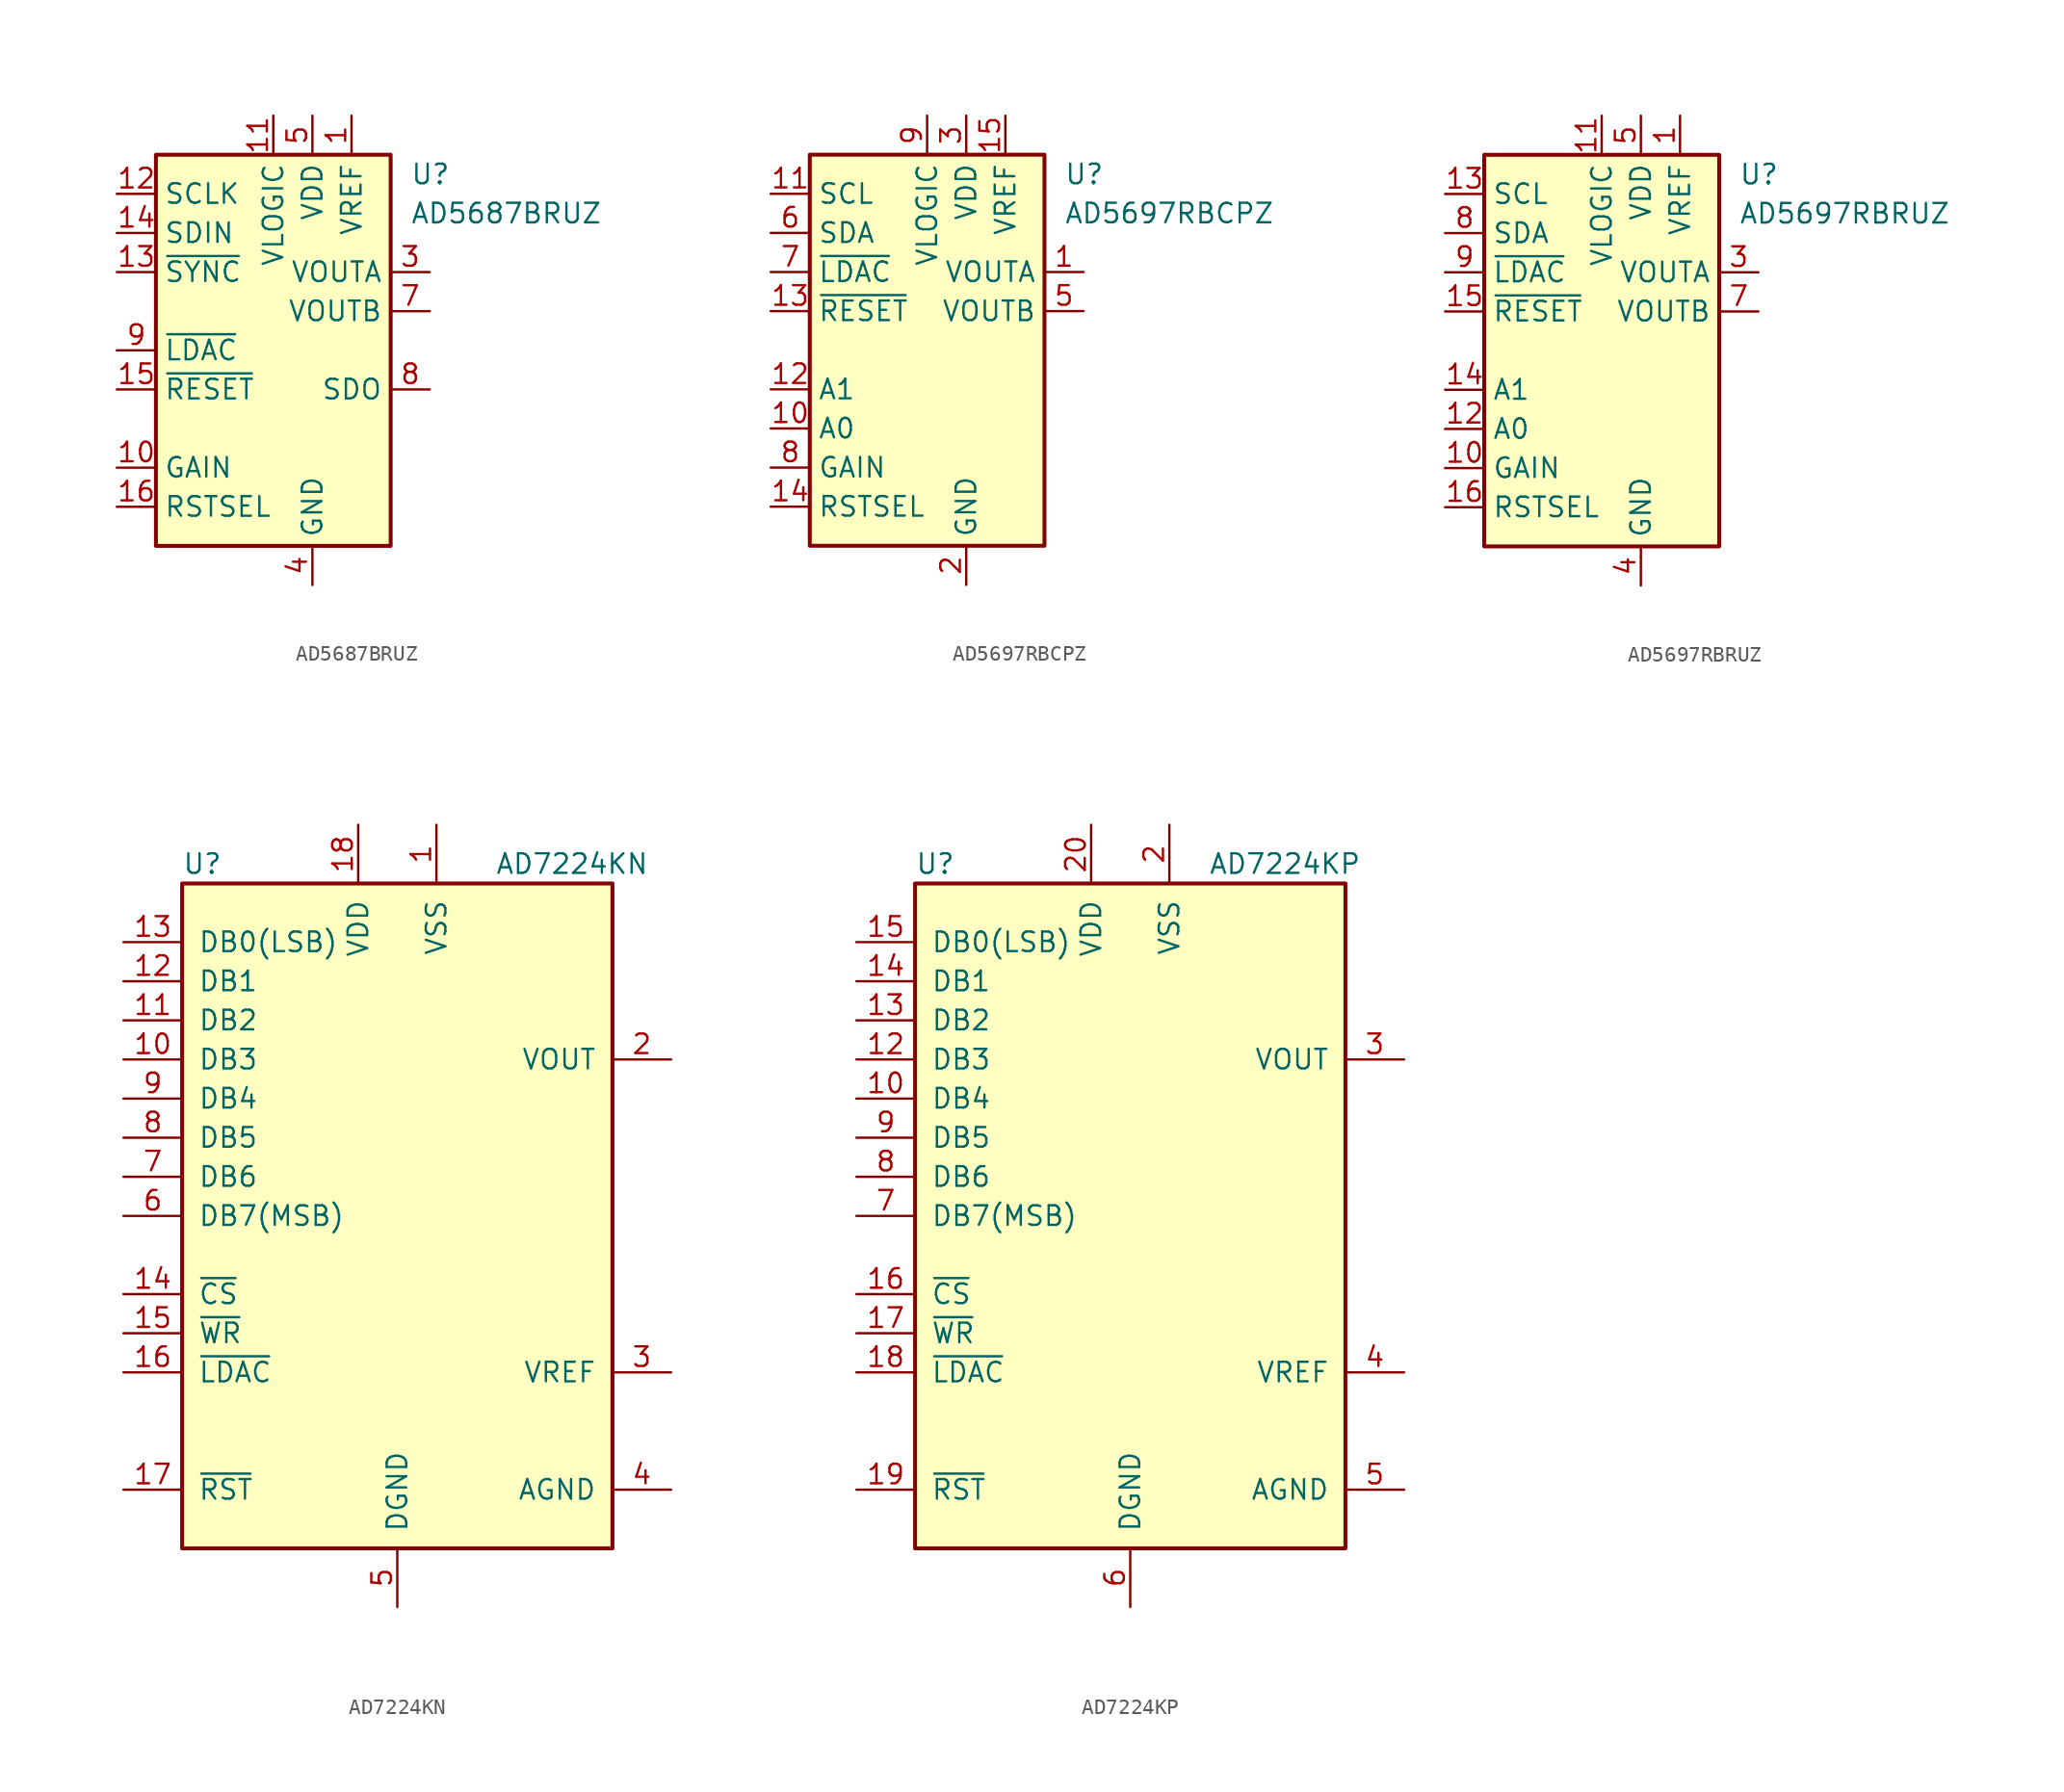
<source format=kicad_sym>
(kicad_symbol_lib
  (version 20211014)
  (generator kicad_symbol_editor)
  (symbol "AD5687BRUZ"
    (property "Reference" "U"
      (at 8.89 11.43 0)
      (effects (font (size 1.27 1.27)) (justify left)))
    (property "Value" "AD5687BRUZ"
      (at 8.89 8.89 0)
      (effects (font (size 1.27 1.27)) (justify left)))
    (symbol "AD5687BRUZ_0_1"
      (rectangle (start -7.62 12.7) (end 7.62 -12.7) (stroke (width 0.254) (type default) (color 0 0 0 0)) (fill (type background))))
    (symbol "AD5687BRUZ_1_1"
      (pin power_in line (at 5.08 15.24 270) (length 2.54) (name "VREF" (effects (font (size 1.27 1.27)))) (number "1" (effects (font (size 1.27 1.27)))))
      (pin input line (at -10.16 -7.62 0) (length 2.54) (name "GAIN" (effects (font (size 1.27 1.27)))) (number "10" (effects (font (size 1.27 1.27)))))
      (pin power_in line (at 0 15.24 270) (length 2.54) (name "VLOGIC" (effects (font (size 1.27 1.27)))) (number "11" (effects (font (size 1.27 1.27)))))
      (pin input line (at -10.16 10.16 0) (length 2.54) (name "SCLK" (effects (font (size 1.27 1.27)))) (number "12" (effects (font (size 1.27 1.27)))))
      (pin input line (at -10.16 5.08 0) (length 2.54) (name "~{SYNC}" (effects (font (size 1.27 1.27)))) (number "13" (effects (font (size 1.27 1.27)))))
      (pin input line (at -10.16 7.62 0) (length 2.54) (name "SDIN" (effects (font (size 1.27 1.27)))) (number "14" (effects (font (size 1.27 1.27)))))
      (pin input line (at -10.16 -2.54 0) (length 2.54) (name "~{RESET}" (effects (font (size 1.27 1.27)))) (number "15" (effects (font (size 1.27 1.27)))))
      (pin input line (at -10.16 -10.16 0) (length 2.54) (name "RSTSEL" (effects (font (size 1.27 1.27)))) (number "16" (effects (font (size 1.27 1.27)))))
      (pin no_connect line (at 7.62 -5.08 180) (length 2.54) hide (name "NC" (effects (font (size 1.27 1.27)))) (number "2" (effects (font (size 1.27 1.27)))))
      (pin output line (at 10.16 5.08 180) (length 2.54) (name "VOUTA" (effects (font (size 1.27 1.27)))) (number "3" (effects (font (size 1.27 1.27)))))
      (pin power_in line (at 2.54 -15.24 90) (length 2.54) (name "GND" (effects (font (size 1.27 1.27)))) (number "4" (effects (font (size 1.27 1.27)))))
      (pin power_in line (at 2.54 15.24 270) (length 2.54) (name "VDD" (effects (font (size 1.27 1.27)))) (number "5" (effects (font (size 1.27 1.27)))))
      (pin no_connect line (at 7.62 -7.62 180) (length 2.54) hide (name "NC" (effects (font (size 1.27 1.27)))) (number "6" (effects (font (size 1.27 1.27)))))
      (pin output line (at 10.16 2.54 180) (length 2.54) (name "VOUTB" (effects (font (size 1.27 1.27)))) (number "7" (effects (font (size 1.27 1.27)))))
      (pin output line (at 10.16 -2.54 180) (length 2.54) (name "SDO" (effects (font (size 1.27 1.27)))) (number "8" (effects (font (size 1.27 1.27)))))
      (pin input line (at -10.16 0 0) (length 2.54) (name "~{LDAC}" (effects (font (size 1.27 1.27)))) (number "9" (effects (font (size 1.27 1.27)))))))
  (symbol "AD5697RBCPZ"
    (property "Reference" "U"
      (at 8.89 11.43 0)
      (effects (font (size 1.27 1.27)) (justify left)))
    (property "Value" "AD5697RBCPZ"
      (at 8.89 8.89 0)
      (effects (font (size 1.27 1.27)) (justify left)))
    (symbol "AD5697RBCPZ_0_1"
      (rectangle (start -7.62 12.7) (end 7.62 -12.7) (stroke (width 0.254) (type default) (color 0 0 0 0)) (fill (type background))))
    (symbol "AD5697RBCPZ_1_1"
      (pin output line (at 10.16 5.08 180) (length 2.54) (name "VOUTA" (effects (font (size 1.27 1.27)))) (number "1" (effects (font (size 1.27 1.27)))))
      (pin input line (at -10.16 -5.08 0) (length 2.54) (name "A0" (effects (font (size 1.27 1.27)))) (number "10" (effects (font (size 1.27 1.27)))))
      (pin input line (at -10.16 10.16 0) (length 2.54) (name "SCL" (effects (font (size 1.27 1.27)))) (number "11" (effects (font (size 1.27 1.27)))))
      (pin input line (at -10.16 -2.54 0) (length 2.54) (name "A1" (effects (font (size 1.27 1.27)))) (number "12" (effects (font (size 1.27 1.27)))))
      (pin input line (at -10.16 2.54 0) (length 2.54) (name "~{RESET}" (effects (font (size 1.27 1.27)))) (number "13" (effects (font (size 1.27 1.27)))))
      (pin input line (at -10.16 -10.16 0) (length 2.54) (name "RSTSEL" (effects (font (size 1.27 1.27)))) (number "14" (effects (font (size 1.27 1.27)))))
      (pin power_in line (at 5.08 15.24 270) (length 2.54) (name "VREF" (effects (font (size 1.27 1.27)))) (number "15" (effects (font (size 1.27 1.27)))))
      (pin no_connect line (at 7.62 -5.08 180) (length 2.54) hide (name "NC" (effects (font (size 1.27 1.27)))) (number "16" (effects (font (size 1.27 1.27)))))
      (pin passive line (at 2.54 -15.24 90) (length 2.54) hide (name "GND" (effects (font (size 1.27 1.27)))) (number "17" (effects (font (size 1.27 1.27)))))
      (pin power_in line (at 2.54 -15.24 90) (length 2.54) (name "GND" (effects (font (size 1.27 1.27)))) (number "2" (effects (font (size 1.27 1.27)))))
      (pin power_in line (at 2.54 15.24 270) (length 2.54) (name "VDD" (effects (font (size 1.27 1.27)))) (number "3" (effects (font (size 1.27 1.27)))))
      (pin no_connect line (at 7.62 -7.62 180) (length 2.54) hide (name "NC" (effects (font (size 1.27 1.27)))) (number "4" (effects (font (size 1.27 1.27)))))
      (pin output line (at 10.16 2.54 180) (length 2.54) (name "VOUTB" (effects (font (size 1.27 1.27)))) (number "5" (effects (font (size 1.27 1.27)))))
      (pin bidirectional line (at -10.16 7.62 0) (length 2.54) (name "SDA" (effects (font (size 1.27 1.27)))) (number "6" (effects (font (size 1.27 1.27)))))
      (pin input line (at -10.16 5.08 0) (length 2.54) (name "~{LDAC}" (effects (font (size 1.27 1.27)))) (number "7" (effects (font (size 1.27 1.27)))))
      (pin input line (at -10.16 -7.62 0) (length 2.54) (name "GAIN" (effects (font (size 1.27 1.27)))) (number "8" (effects (font (size 1.27 1.27)))))
      (pin power_in line (at 0 15.24 270) (length 2.54) (name "VLOGIC" (effects (font (size 1.27 1.27)))) (number "9" (effects (font (size 1.27 1.27)))))))
  (symbol "AD5697RBRUZ"
    (property "Reference" "U"
      (at 8.89 11.43 0)
      (effects (font (size 1.27 1.27)) (justify left)))
    (property "Value" "AD5697RBRUZ"
      (at 8.89 8.89 0)
      (effects (font (size 1.27 1.27)) (justify left)))
    (symbol "AD5697RBRUZ_0_1"
      (rectangle (start -7.62 12.7) (end 7.62 -12.7) (stroke (width 0.254) (type default) (color 0 0 0 0)) (fill (type background))))
    (symbol "AD5697RBRUZ_1_1"
      (pin power_in line (at 5.08 15.24 270) (length 2.54) (name "VREF" (effects (font (size 1.27 1.27)))) (number "1" (effects (font (size 1.27 1.27)))))
      (pin input line (at -10.16 -7.62 0) (length 2.54) (name "GAIN" (effects (font (size 1.27 1.27)))) (number "10" (effects (font (size 1.27 1.27)))))
      (pin power_in line (at 0 15.24 270) (length 2.54) (name "VLOGIC" (effects (font (size 1.27 1.27)))) (number "11" (effects (font (size 1.27 1.27)))))
      (pin input line (at -10.16 -5.08 0) (length 2.54) (name "A0" (effects (font (size 1.27 1.27)))) (number "12" (effects (font (size 1.27 1.27)))))
      (pin input line (at -10.16 10.16 0) (length 2.54) (name "SCL" (effects (font (size 1.27 1.27)))) (number "13" (effects (font (size 1.27 1.27)))))
      (pin input line (at -10.16 -2.54 0) (length 2.54) (name "A1" (effects (font (size 1.27 1.27)))) (number "14" (effects (font (size 1.27 1.27)))))
      (pin input line (at -10.16 2.54 0) (length 2.54) (name "~{RESET}" (effects (font (size 1.27 1.27)))) (number "15" (effects (font (size 1.27 1.27)))))
      (pin input line (at -10.16 -10.16 0) (length 2.54) (name "RSTSEL" (effects (font (size 1.27 1.27)))) (number "16" (effects (font (size 1.27 1.27)))))
      (pin no_connect line (at 7.62 -5.08 180) (length 2.54) hide (name "NC" (effects (font (size 1.27 1.27)))) (number "2" (effects (font (size 1.27 1.27)))))
      (pin output line (at 10.16 5.08 180) (length 2.54) (name "VOUTA" (effects (font (size 1.27 1.27)))) (number "3" (effects (font (size 1.27 1.27)))))
      (pin power_in line (at 2.54 -15.24 90) (length 2.54) (name "GND" (effects (font (size 1.27 1.27)))) (number "4" (effects (font (size 1.27 1.27)))))
      (pin power_in line (at 2.54 15.24 270) (length 2.54) (name "VDD" (effects (font (size 1.27 1.27)))) (number "5" (effects (font (size 1.27 1.27)))))
      (pin no_connect line (at 7.62 -7.62 180) (length 2.54) hide (name "NC" (effects (font (size 1.27 1.27)))) (number "6" (effects (font (size 1.27 1.27)))))
      (pin output line (at 10.16 2.54 180) (length 2.54) (name "VOUTB" (effects (font (size 1.27 1.27)))) (number "7" (effects (font (size 1.27 1.27)))))
      (pin bidirectional line (at -10.16 7.62 0) (length 2.54) (name "SDA" (effects (font (size 1.27 1.27)))) (number "8" (effects (font (size 1.27 1.27)))))
      (pin input line (at -10.16 5.08 0) (length 2.54) (name "~{LDAC}" (effects (font (size 1.27 1.27)))) (number "9" (effects (font (size 1.27 1.27)))))))
  (symbol "AD7224KN"
    (pin_names
      (offset 1.016))
    (property "Reference" "U"
      (at -13.97 22.86 0)
      (effects (font (size 1.27 1.27)) (justify left)))
    (property "Value" "AD7224KN"
      (at 6.35 22.86 0)
      (effects (font (size 1.27 1.27)) (justify left)))
    (symbol "AD7224KN_1_1"
      (rectangle (start -13.97 -21.59) (end 13.97 21.59) (stroke (width 0.254) (type default) (color 0 0 0 0)) (fill (type background)))
      (pin power_in line (at 2.54 25.4 270) (length 3.81) (name "VSS" (effects (font (size 1.27 1.27)))) (number "1" (effects (font (size 1.27 1.27)))))
      (pin input line (at -17.78 10.16 0) (length 3.81) (name "DB3" (effects (font (size 1.27 1.27)))) (number "10" (effects (font (size 1.27 1.27)))))
      (pin input line (at -17.78 12.7 0) (length 3.81) (name "DB2" (effects (font (size 1.27 1.27)))) (number "11" (effects (font (size 1.27 1.27)))))
      (pin input line (at -17.78 15.24 0) (length 3.81) (name "DB1" (effects (font (size 1.27 1.27)))) (number "12" (effects (font (size 1.27 1.27)))))
      (pin input line (at -17.78 17.78 0) (length 3.81) (name "DB0(LSB)" (effects (font (size 1.27 1.27)))) (number "13" (effects (font (size 1.27 1.27)))))
      (pin input line (at -17.78 -5.08 0) (length 3.81) (name "~{CS}" (effects (font (size 1.27 1.27)))) (number "14" (effects (font (size 1.27 1.27)))))
      (pin input line (at -17.78 -7.62 0) (length 3.81) (name "~{WR}" (effects (font (size 1.27 1.27)))) (number "15" (effects (font (size 1.27 1.27)))))
      (pin input line (at -17.78 -10.16 0) (length 3.81) (name "~{LDAC}" (effects (font (size 1.27 1.27)))) (number "16" (effects (font (size 1.27 1.27)))))
      (pin input line (at -17.78 -17.78 0) (length 3.81) (name "~{RST}" (effects (font (size 1.27 1.27)))) (number "17" (effects (font (size 1.27 1.27)))))
      (pin power_in line (at -2.54 25.4 270) (length 3.81) (name "VDD" (effects (font (size 1.27 1.27)))) (number "18" (effects (font (size 1.27 1.27)))))
      (pin output line (at 17.78 10.16 180) (length 3.81) (name "VOUT" (effects (font (size 1.27 1.27)))) (number "2" (effects (font (size 1.27 1.27)))))
      (pin passive line (at 17.78 -10.16 180) (length 3.81) (name "VREF" (effects (font (size 1.27 1.27)))) (number "3" (effects (font (size 1.27 1.27)))))
      (pin passive line (at 17.78 -17.78 180) (length 3.81) (name "AGND" (effects (font (size 1.27 1.27)))) (number "4" (effects (font (size 1.27 1.27)))))
      (pin power_in line (at 0 -25.4 90) (length 3.81) (name "DGND" (effects (font (size 1.27 1.27)))) (number "5" (effects (font (size 1.27 1.27)))))
      (pin input line (at -17.78 0 0) (length 3.81) (name "DB7(MSB)" (effects (font (size 1.27 1.27)))) (number "6" (effects (font (size 1.27 1.27)))))
      (pin input line (at -17.78 2.54 0) (length 3.81) (name "DB6" (effects (font (size 1.27 1.27)))) (number "7" (effects (font (size 1.27 1.27)))))
      (pin input line (at -17.78 5.08 0) (length 3.81) (name "DB5" (effects (font (size 1.27 1.27)))) (number "8" (effects (font (size 1.27 1.27)))))
      (pin input line (at -17.78 7.62 0) (length 3.81) (name "DB4" (effects (font (size 1.27 1.27)))) (number "9" (effects (font (size 1.27 1.27)))))))
  (symbol "AD7224KP"
    (pin_names
      (offset 1.016))
    (property "Reference" "U"
      (at -13.97 22.86 0)
      (effects (font (size 1.27 1.27)) (justify left)))
    (property "Value" "AD7224KP"
      (at 5.08 22.86 0)
      (effects (font (size 1.27 1.27)) (justify left)))
    (symbol "AD7224KP_1_1"
      (rectangle (start -13.97 -21.59) (end 13.97 21.59) (stroke (width 0.254) (type default) (color 0 0 0 0)) (fill (type background)))
      (pin input line (at -17.78 7.62 0) (length 3.81) (name "DB4" (effects (font (size 1.27 1.27)))) (number "10" (effects (font (size 1.27 1.27)))))
      (pin input line (at -17.78 10.16 0) (length 3.81) (name "DB3" (effects (font (size 1.27 1.27)))) (number "12" (effects (font (size 1.27 1.27)))))
      (pin input line (at -17.78 12.7 0) (length 3.81) (name "DB2" (effects (font (size 1.27 1.27)))) (number "13" (effects (font (size 1.27 1.27)))))
      (pin input line (at -17.78 15.24 0) (length 3.81) (name "DB1" (effects (font (size 1.27 1.27)))) (number "14" (effects (font (size 1.27 1.27)))))
      (pin input line (at -17.78 17.78 0) (length 3.81) (name "DB0(LSB)" (effects (font (size 1.27 1.27)))) (number "15" (effects (font (size 1.27 1.27)))))
      (pin input line (at -17.78 -5.08 0) (length 3.81) (name "~{CS}" (effects (font (size 1.27 1.27)))) (number "16" (effects (font (size 1.27 1.27)))))
      (pin input line (at -17.78 -7.62 0) (length 3.81) (name "~{WR}" (effects (font (size 1.27 1.27)))) (number "17" (effects (font (size 1.27 1.27)))))
      (pin input line (at -17.78 -10.16 0) (length 3.81) (name "~{LDAC}" (effects (font (size 1.27 1.27)))) (number "18" (effects (font (size 1.27 1.27)))))
      (pin input line (at -17.78 -17.78 0) (length 3.81) (name "~{RST}" (effects (font (size 1.27 1.27)))) (number "19" (effects (font (size 1.27 1.27)))))
      (pin power_in line (at 2.54 25.4 270) (length 3.81) (name "VSS" (effects (font (size 1.27 1.27)))) (number "2" (effects (font (size 1.27 1.27)))))
      (pin power_in line (at -2.54 25.4 270) (length 3.81) (name "VDD" (effects (font (size 1.27 1.27)))) (number "20" (effects (font (size 1.27 1.27)))))
      (pin output line (at 17.78 10.16 180) (length 3.81) (name "VOUT" (effects (font (size 1.27 1.27)))) (number "3" (effects (font (size 1.27 1.27)))))
      (pin passive line (at 17.78 -10.16 180) (length 3.81) (name "VREF" (effects (font (size 1.27 1.27)))) (number "4" (effects (font (size 1.27 1.27)))))
      (pin passive line (at 17.78 -17.78 180) (length 3.81) (name "AGND" (effects (font (size 1.27 1.27)))) (number "5" (effects (font (size 1.27 1.27)))))
      (pin power_in line (at 0 -25.4 90) (length 3.81) (name "DGND" (effects (font (size 1.27 1.27)))) (number "6" (effects (font (size 1.27 1.27)))))
      (pin input line (at -17.78 0 0) (length 3.81) (name "DB7(MSB)" (effects (font (size 1.27 1.27)))) (number "7" (effects (font (size 1.27 1.27)))))
      (pin input line (at -17.78 2.54 0) (length 3.81) (name "DB6" (effects (font (size 1.27 1.27)))) (number "8" (effects (font (size 1.27 1.27)))))
      (pin input line (at -17.78 5.08 0) (length 3.81) (name "DB5" (effects (font (size 1.27 1.27)))) (number "9" (effects (font (size 1.27 1.27))))))))
</source>
